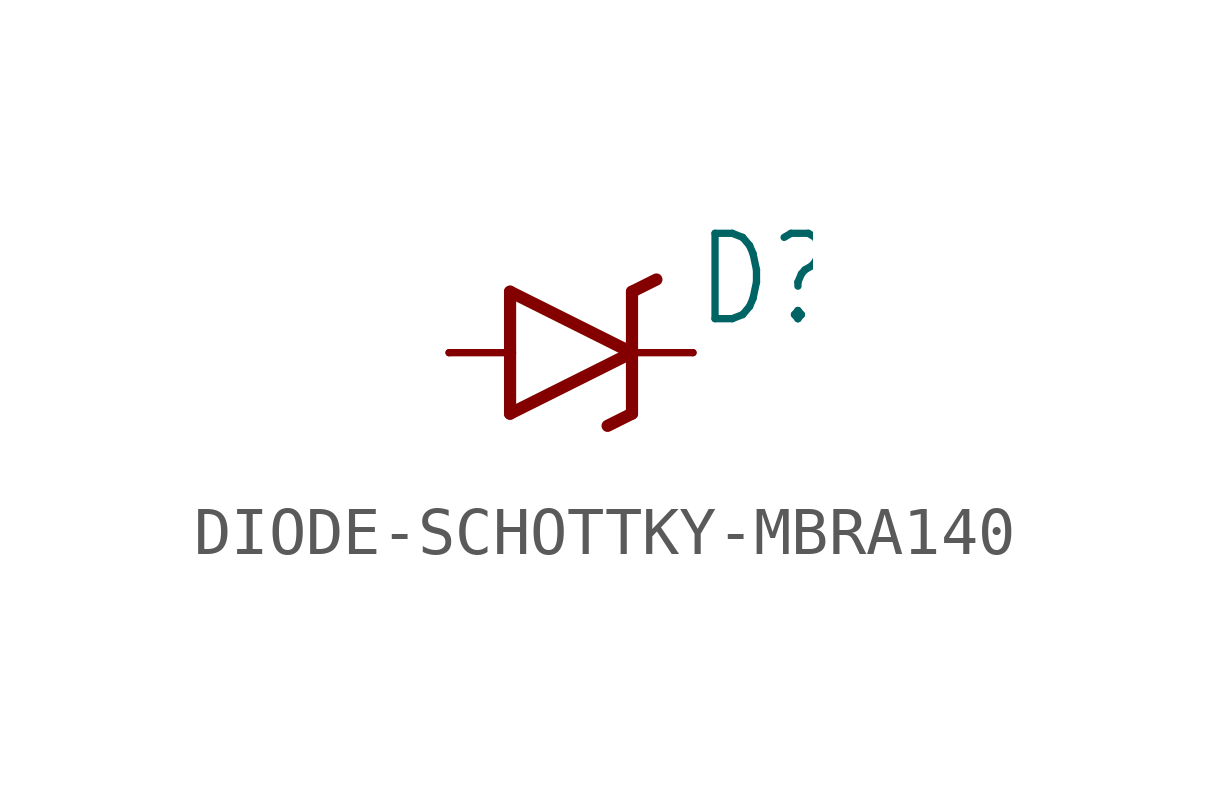
<source format=kicad_sym>
(kicad_symbol_lib
  (version 20231120)
  (generator "kicad_symbol_editor")
  (generator_version "8.0")
  (symbol "DIODE-SCHOTTKY-MBRA140"
    (property "Reference" "D"
      (at 2.54 0.483 0)
      (effects (font (size 1.778 1.511)) (justify left bottom)))
    (property "Value" ""
      (at 2.54 -2.311 0)
      (effects (font (size 1.778 1.511)) (justify left bottom)))
    (property "ki_locked" ""
      (at 0 0 0)
      (effects (font (size 1.27 1.27))))
    (symbol "DIODE-SCHOTTKY-MBRA140_1_0"
      (polyline (pts (xy -2.54 0) (xy -1.27 0)) (stroke (width 0.152) (type solid)) (fill (type none)))
      (polyline (pts (xy -1.27 -1.27) (xy 1.27 0)) (stroke (width 0.254) (type solid)) (fill (type none)))
      (polyline (pts (xy -1.27 0) (xy -1.27 -1.27)) (stroke (width 0.254) (type solid)) (fill (type none)))
      (polyline (pts (xy -1.27 1.27) (xy -1.27 0)) (stroke (width 0.254) (type solid)) (fill (type none)))
      (polyline (pts (xy 1.27 -1.27) (xy 0.762 -1.524)) (stroke (width 0.254) (type solid)) (fill (type none)))
      (polyline (pts (xy 1.27 0) (xy -1.27 1.27)) (stroke (width 0.254) (type solid)) (fill (type none)))
      (polyline (pts (xy 1.27 0) (xy 1.27 -1.27)) (stroke (width 0.254) (type solid)) (fill (type none)))
      (polyline (pts (xy 1.27 1.27) (xy 1.27 0)) (stroke (width 0.254) (type solid)) (fill (type none)))
      (polyline (pts (xy 1.27 1.27) (xy 1.778 1.524)) (stroke (width 0.254) (type solid)) (fill (type none)))
      (polyline (pts (xy 2.54 0) (xy 1.27 0)) (stroke (width 0.152) (type solid)) (fill (type none)))
      (pin passive line (at -2.54 0 0) (length 0) (name "A" (effects (font (size 0 0)))) (number "A" (effects (font (size 0 0)))))
      (pin passive line (at 2.54 0 180) (length 0) (name "C" (effects (font (size 0 0)))) (number "C" (effects (font (size 0 0))))))))
</source>
